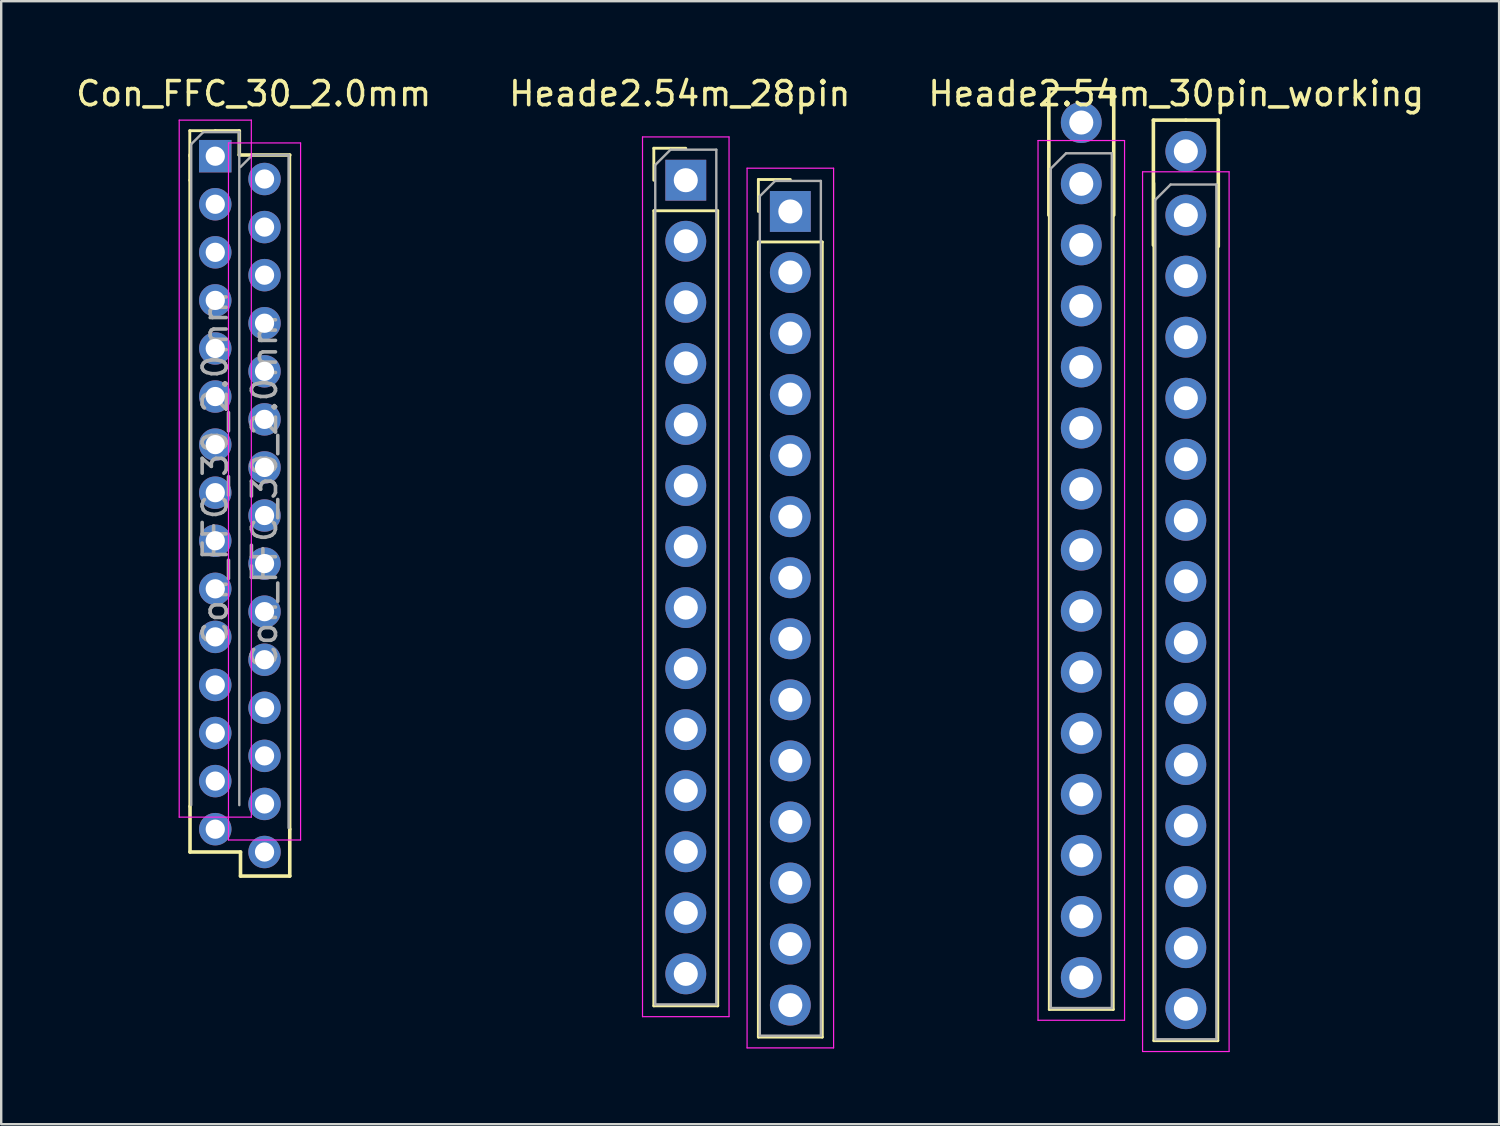
<source format=kicad_pcb>
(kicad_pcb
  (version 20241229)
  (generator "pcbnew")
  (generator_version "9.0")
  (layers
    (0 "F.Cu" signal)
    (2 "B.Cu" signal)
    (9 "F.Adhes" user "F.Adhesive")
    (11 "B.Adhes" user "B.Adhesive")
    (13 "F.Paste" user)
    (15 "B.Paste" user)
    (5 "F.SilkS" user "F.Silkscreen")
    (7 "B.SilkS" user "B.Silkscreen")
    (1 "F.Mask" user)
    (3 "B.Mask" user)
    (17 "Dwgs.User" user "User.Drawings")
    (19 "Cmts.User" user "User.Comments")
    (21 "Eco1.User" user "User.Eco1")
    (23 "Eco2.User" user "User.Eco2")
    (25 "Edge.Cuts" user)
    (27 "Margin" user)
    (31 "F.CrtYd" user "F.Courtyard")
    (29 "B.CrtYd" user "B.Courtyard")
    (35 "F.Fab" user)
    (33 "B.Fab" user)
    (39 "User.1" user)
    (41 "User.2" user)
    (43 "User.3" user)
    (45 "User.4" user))
  (footprint "Con_FFC_30_2.0mm"
    (layer "F.Cu")
    (at 5.906 3.448)
    (property "Reference" "Con_FFC_30_2.0mm" (at 1.6 -2.6 0) (layer "F.SilkS") (effects (font (size 1 1) (thickness 0.15))))
    (attr through_hole)
    (fp_line (start -1.06 -1.06) (end 0 -1.06) (stroke (width 0.12) (type solid)) (layer "F.SilkS"))
    (fp_line (start -1.06 0) (end -1.06 -1.06) (stroke (width 0.12) (type solid)) (layer "F.SilkS"))
    (fp_line (start -1.06 1) (end -1.06 27.06) (stroke (width 0.12) (type solid)) (layer "F.SilkS"))
    (fp_line (start -1.05 -0.05) (end -1.05 1) (stroke (width 0.15) (type solid)) (layer "F.SilkS"))
    (fp_line (start -1.05 27.05) (end -1.05 28.95) (stroke (width 0.15) (type solid)) (layer "F.SilkS"))
    (fp_line (start -1.05 28.95) (end 1.05 28.95) (stroke (width 0.15) (type solid)) (layer "F.SilkS"))
    (fp_line (start 1 -1.05) (end 0 -1.05) (stroke (width 0.15) (type solid)) (layer "F.SilkS"))
    (fp_line (start 1 -0.05) (end 1 -1.05) (stroke (width 0.15) (type solid)) (layer "F.SilkS"))
    (fp_line (start 1.05 28.95) (end 1.05 29.95) (stroke (width 0.15) (type solid)) (layer "F.SilkS"))
    (fp_line (start 1.05 29.95) (end 3.1 29.95) (stroke (width 0.15) (type solid)) (layer "F.SilkS"))
    (fp_line (start 3.1 -0.05) (end 1 -0.05) (stroke (width 0.15) (type solid)) (layer "F.SilkS"))
    (fp_line (start 3.1 -0.05) (end 3.11 28.01) (stroke (width 0.12) (type solid)) (layer "F.SilkS"))
    (fp_line (start 3.1 29.95) (end 3.1 28) (stroke (width 0.15) (type solid)) (layer "F.SilkS"))
    (fp_line (start -1.5 -1.5) (end -1.5 27.5) (stroke (width 0.05) (type solid)) (layer "F.CrtYd"))
    (fp_line (start -1.5 27.5) (end 1.5 27.5) (stroke (width 0.05) (type solid)) (layer "F.CrtYd"))
    (fp_line (start 0.55 -0.55) (end 0.55 28.45) (stroke (width 0.05) (type solid)) (layer "F.CrtYd"))
    (fp_line (start 0.55 28.45) (end 3.55 28.45) (stroke (width 0.05) (type solid)) (layer "F.CrtYd"))
    (fp_line (start 1.5 -1.5) (end -1.5 -1.5) (stroke (width 0.05) (type solid)) (layer "F.CrtYd"))
    (fp_line (start 1.5 27.5) (end 1.5 -1.5) (stroke (width 0.05) (type solid)) (layer "F.CrtYd"))
    (fp_line (start 3.55 -0.55) (end 0.55 -0.55) (stroke (width 0.05) (type solid)) (layer "F.CrtYd"))
    (fp_line (start 3.55 28.45) (end 3.55 -0.55) (stroke (width 0.05) (type solid)) (layer "F.CrtYd"))
    (fp_line (start -1 -0.5) (end -0.5 -1) (stroke (width 0.1) (type solid)) (layer "F.Fab"))
    (fp_line (start -1 27) (end -1 -0.5) (stroke (width 0.1) (type solid)) (layer "F.Fab"))
    (fp_line (start -0.5 -1) (end 1 -1) (stroke (width 0.1) (type solid)) (layer "F.Fab"))
    (fp_line (start 1 -1) (end 1 27) (stroke (width 0.1) (type solid)) (layer "F.Fab"))
    (fp_line (start 1.05 0.45) (end 1.55 -0.05) (stroke (width 0.1) (type solid)) (layer "F.Fab"))
    (fp_line (start 1.55 -0.05) (end 3.05 -0.05) (stroke (width 0.1) (type solid)) (layer "F.Fab"))
    (fp_line (start 3.05 -0.05) (end 3.05 27.95) (stroke (width 0.1) (type solid)) (layer "F.Fab"))
    (fp_text user "${REFERENCE}" (at 0 13 90) (layer "F.Fab") (effects (font (size 1 1) (thickness 0.15))))
    (fp_text user "${REFERENCE}" (at 2.05 13.95 90) (layer "F.Fab") (effects (font (size 1 1) (thickness 0.15))))
    (pad "1" thru_hole rect (at 0 0) (size 1.35 1.35) (drill 0.8) (layers "*.Cu" "*.Mask"))
    (pad "2" thru_hole circle (at 2.05 0.95) (size 1.35 1.35) (drill 0.8) (layers "*.Cu" "*.Mask"))
    (pad "3" thru_hole oval (at 0 2) (size 1.35 1.35) (drill 0.8) (layers "*.Cu" "*.Mask"))
    (pad "4" thru_hole oval (at 2.05 2.95) (size 1.35 1.35) (drill 0.8) (layers "*.Cu" "*.Mask"))
    (pad "5" thru_hole oval (at 0 4) (size 1.35 1.35) (drill 0.8) (layers "*.Cu" "*.Mask"))
    (pad "6" thru_hole oval (at 2.05 4.95) (size 1.35 1.35) (drill 0.8) (layers "*.Cu" "*.Mask"))
    (pad "7" thru_hole oval (at 0 6) (size 1.35 1.35) (drill 0.8) (layers "*.Cu" "*.Mask"))
    (pad "8" thru_hole oval (at 2.05 6.95) (size 1.35 1.35) (drill 0.8) (layers "*.Cu" "*.Mask"))
    (pad "9" thru_hole oval (at 0 8) (size 1.35 1.35) (drill 0.8) (layers "*.Cu" "*.Mask"))
    (pad "10" thru_hole oval (at 2.05 8.95) (size 1.35 1.35) (drill 0.8) (layers "*.Cu" "*.Mask"))
    (pad "11" thru_hole oval (at 0 10) (size 1.35 1.35) (drill 0.8) (layers "*.Cu" "*.Mask"))
    (pad "12" thru_hole oval (at 2.05 10.95) (size 1.35 1.35) (drill 0.8) (layers "*.Cu" "*.Mask"))
    (pad "13" thru_hole oval (at 0 12) (size 1.35 1.35) (drill 0.8) (layers "*.Cu" "*.Mask"))
    (pad "14" thru_hole oval (at 2.05 12.95) (size 1.35 1.35) (drill 0.8) (layers "*.Cu" "*.Mask"))
    (pad "15" thru_hole oval (at 0 14) (size 1.35 1.35) (drill 0.8) (layers "*.Cu" "*.Mask"))
    (pad "16" thru_hole oval (at 2.05 14.95) (size 1.35 1.35) (drill 0.8) (layers "*.Cu" "*.Mask"))
    (pad "17" thru_hole oval (at 0 16) (size 1.35 1.35) (drill 0.8) (layers "*.Cu" "*.Mask"))
    (pad "18" thru_hole oval (at 2.05 16.95) (size 1.35 1.35) (drill 0.8) (layers "*.Cu" "*.Mask"))
    (pad "19" thru_hole oval (at 0 18) (size 1.35 1.35) (drill 0.8) (layers "*.Cu" "*.Mask"))
    (pad "20" thru_hole oval (at 2.05 18.95) (size 1.35 1.35) (drill 0.8) (layers "*.Cu" "*.Mask"))
    (pad "21" thru_hole oval (at 0 20) (size 1.35 1.35) (drill 0.8) (layers "*.Cu" "*.Mask"))
    (pad "22" thru_hole oval (at 2.05 20.95) (size 1.35 1.35) (drill 0.8) (layers "*.Cu" "*.Mask"))
    (pad "23" thru_hole oval (at 0 22) (size 1.35 1.35) (drill 0.8) (layers "*.Cu" "*.Mask"))
    (pad "24" thru_hole oval (at 2.05 22.95) (size 1.35 1.35) (drill 0.8) (layers "*.Cu" "*.Mask"))
    (pad "25" thru_hole oval (at 0 24) (size 1.35 1.35) (drill 0.8) (layers "*.Cu" "*.Mask"))
    (pad "26" thru_hole oval (at 2.05 24.95) (size 1.35 1.35) (drill 0.8) (layers "*.Cu" "*.Mask"))
    (pad "27" thru_hole oval (at 0 26) (size 1.35 1.35) (drill 0.8) (layers "*.Cu" "*.Mask"))
    (pad "28" thru_hole oval (at 2.05 26.95) (size 1.35 1.35) (drill 0.8) (layers "*.Cu" "*.Mask"))
    (pad "29" thru_hole oval (at 0 28) (size 1.35 1.35) (drill 0.8) (layers "*.Cu" "*.Mask"))
    (pad "30" thru_hole oval (at 2.05 28.95) (size 1.35 1.35) (drill 0.8) (layers "*.Cu" "*.Mask")))
  (footprint "Heade2.54m_28pin"
    (layer "F.Cu")
    (at 25.482 4.448)
    (property "Reference" "Heade2.54m_28pin" (at -0.25 -3.6 0) (layer "F.SilkS") (effects (font (size 1 1) (thickness 0.15))))
    (attr through_hole)
    (fp_line (start -1.33 -1.33) (end 0 -1.33) (stroke (width 0.12) (type solid)) (layer "F.SilkS"))
    (fp_line (start -1.33 0) (end -1.33 -1.33) (stroke (width 0.12) (type solid)) (layer "F.SilkS"))
    (fp_line (start -1.33 1.27) (end -1.33 34.35) (stroke (width 0.12) (type solid)) (layer "F.SilkS"))
    (fp_line (start -1.33 1.27) (end 1.33 1.27) (stroke (width 0.12) (type solid)) (layer "F.SilkS"))
    (fp_line (start -1.33 34.35) (end 1.33 34.35) (stroke (width 0.12) (type solid)) (layer "F.SilkS"))
    (fp_line (start 1.33 1.27) (end 1.33 34.35) (stroke (width 0.12) (type solid)) (layer "F.SilkS"))
    (fp_line (start 3.02 -0.03) (end 4.35 -0.03) (stroke (width 0.12) (type solid)) (layer "F.SilkS"))
    (fp_line (start 3.02 1.3) (end 3.02 -0.03) (stroke (width 0.12) (type solid)) (layer "F.SilkS"))
    (fp_line (start 3.02 2.57) (end 3.02 35.65) (stroke (width 0.12) (type solid)) (layer "F.SilkS"))
    (fp_line (start 3.02 2.57) (end 5.68 2.57) (stroke (width 0.12) (type solid)) (layer "F.SilkS"))
    (fp_line (start 3.02 35.65) (end 5.68 35.65) (stroke (width 0.12) (type solid)) (layer "F.SilkS"))
    (fp_line (start 5.68 2.57) (end 5.68 35.65) (stroke (width 0.12) (type solid)) (layer "F.SilkS"))
    (fp_line (start -1.8 -1.8) (end -1.8 34.8) (stroke (width 0.05) (type solid)) (layer "F.CrtYd"))
    (fp_line (start -1.8 34.8) (end 1.8 34.8) (stroke (width 0.05) (type solid)) (layer "F.CrtYd"))
    (fp_line (start 1.8 -1.8) (end -1.8 -1.8) (stroke (width 0.05) (type solid)) (layer "F.CrtYd"))
    (fp_line (start 1.8 34.8) (end 1.8 -1.8) (stroke (width 0.05) (type solid)) (layer "F.CrtYd"))
    (fp_line (start 2.55 -0.5) (end 2.55 36.1) (stroke (width 0.05) (type solid)) (layer "F.CrtYd"))
    (fp_line (start 2.55 36.1) (end 6.15 36.1) (stroke (width 0.05) (type solid)) (layer "F.CrtYd"))
    (fp_line (start 6.15 -0.5) (end 2.55 -0.5) (stroke (width 0.05) (type solid)) (layer "F.CrtYd"))
    (fp_line (start 6.15 36.1) (end 6.15 -0.5) (stroke (width 0.05) (type solid)) (layer "F.CrtYd"))
    (fp_line (start -1.27 -0.635) (end -0.635 -1.27) (stroke (width 0.1) (type solid)) (layer "F.Fab"))
    (fp_line (start -1.27 34.29) (end -1.27 -0.635) (stroke (width 0.1) (type solid)) (layer "F.Fab"))
    (fp_line (start -0.635 -1.27) (end 1.27 -1.27) (stroke (width 0.1) (type solid)) (layer "F.Fab"))
    (fp_line (start 1.27 -1.27) (end 1.27 34.29) (stroke (width 0.1) (type solid)) (layer "F.Fab"))
    (fp_line (start 1.27 34.29) (end -1.27 34.29) (stroke (width 0.1) (type solid)) (layer "F.Fab"))
    (fp_line (start 3.08 0.665) (end 3.715 0.03) (stroke (width 0.1) (type solid)) (layer "F.Fab"))
    (fp_line (start 3.08 35.59) (end 3.08 0.665) (stroke (width 0.1) (type solid)) (layer "F.Fab"))
    (fp_line (start 3.715 0.03) (end 5.62 0.03) (stroke (width 0.1) (type solid)) (layer "F.Fab"))
    (fp_line (start 5.62 0.03) (end 5.62 35.59) (stroke (width 0.1) (type solid)) (layer "F.Fab"))
    (fp_line (start 5.62 35.59) (end 3.08 35.59) (stroke (width 0.1) (type solid)) (layer "F.Fab"))
    (pad "1" thru_hole oval (at 4.35 34.32) (size 1.7 1.7) (drill 1) (layers "*.Cu" "*.Mask"))
    (pad "2" thru_hole oval (at 0 33.02) (size 1.7 1.7) (drill 1) (layers "*.Cu" "*.Mask"))
    (pad "3" thru_hole oval (at 4.35 31.78) (size 1.7 1.7) (drill 1) (layers "*.Cu" "*.Mask"))
    (pad "4" thru_hole oval (at 0 30.48) (size 1.7 1.7) (drill 1) (layers "*.Cu" "*.Mask"))
    (pad "5" thru_hole oval (at 4.35 29.24) (size 1.7 1.7) (drill 1) (layers "*.Cu" "*.Mask"))
    (pad "6" thru_hole oval (at 0 27.94) (size 1.7 1.7) (drill 1) (layers "*.Cu" "*.Mask"))
    (pad "7" thru_hole oval (at 4.35 26.7) (size 1.7 1.7) (drill 1) (layers "*.Cu" "*.Mask"))
    (pad "8" thru_hole oval (at 0 25.4) (size 1.7 1.7) (drill 1) (layers "*.Cu" "*.Mask"))
    (pad "9" thru_hole oval (at 4.35 24.16) (size 1.7 1.7) (drill 1) (layers "*.Cu" "*.Mask"))
    (pad "10" thru_hole oval (at 0 22.86) (size 1.7 1.7) (drill 1) (layers "*.Cu" "*.Mask"))
    (pad "11" thru_hole oval (at 4.35 21.62) (size 1.7 1.7) (drill 1) (layers "*.Cu" "*.Mask"))
    (pad "12" thru_hole oval (at 0 20.32) (size 1.7 1.7) (drill 1) (layers "*.Cu" "*.Mask"))
    (pad "13" thru_hole oval (at 4.35 19.08) (size 1.7 1.7) (drill 1) (layers "*.Cu" "*.Mask"))
    (pad "14" thru_hole oval (at 0 17.78) (size 1.7 1.7) (drill 1) (layers "*.Cu" "*.Mask"))
    (pad "15" thru_hole oval (at 4.35 16.54) (size 1.7 1.7) (drill 1) (layers "*.Cu" "*.Mask"))
    (pad "16" thru_hole oval (at 0 15.24) (size 1.7 1.7) (drill 1) (layers "*.Cu" "*.Mask"))
    (pad "17" thru_hole oval (at 4.35 14) (size 1.7 1.7) (drill 1) (layers "*.Cu" "*.Mask"))
    (pad "18" thru_hole oval (at 0 12.7) (size 1.7 1.7) (drill 1) (layers "*.Cu" "*.Mask"))
    (pad "19" thru_hole oval (at 4.35 11.46) (size 1.7 1.7) (drill 1) (layers "*.Cu" "*.Mask"))
    (pad "20" thru_hole oval (at 0 10.16) (size 1.7 1.7) (drill 1) (layers "*.Cu" "*.Mask"))
    (pad "21" thru_hole oval (at 4.35 8.92) (size 1.7 1.7) (drill 1) (layers "*.Cu" "*.Mask"))
    (pad "22" thru_hole oval (at 0 7.62) (size 1.7 1.7) (drill 1) (layers "*.Cu" "*.Mask"))
    (pad "23" thru_hole oval (at 4.35 6.38) (size 1.7 1.7) (drill 1) (layers "*.Cu" "*.Mask"))
    (pad "24" thru_hole oval (at 0 5.08) (size 1.7 1.7) (drill 1) (layers "*.Cu" "*.Mask"))
    (pad "25" thru_hole oval (at 4.35 3.84) (size 1.7 1.7) (drill 1) (layers "*.Cu" "*.Mask"))
    (pad "26" thru_hole oval (at 0 2.54) (size 1.7 1.7) (drill 1) (layers "*.Cu" "*.Mask"))
    (pad "27" thru_hole rect (at 4.35 1.3) (size 1.7 1.7) (drill 1) (layers "*.Cu" "*.Mask"))
    (pad "28" thru_hole rect (at 0 0) (size 1.7 1.7) (drill 1) (layers "*.Cu" "*.Mask")))
  (footprint "Heade2.54m_30pin_working"
    (layer "F.Cu")
    (at 41.937 4.598)
    (property "Reference" "Heade2.54m_30pin_working" (at 3.95 -3.75 0) (layer "F.SilkS") (effects (font (size 1 1) (thickness 0.15))))
    (attr through_hole)
    (fp_line (start -1.35 -3.95) (end 1.35 -3.95) (stroke (width 0.15) (type solid)) (layer "F.SilkS"))
    (fp_line (start -1.35 1.3) (end -1.35 -3.95) (stroke (width 0.15) (type solid)) (layer "F.SilkS"))
    (fp_line (start -1.33 1.27) (end -1.33 34.35) (stroke (width 0.12) (type solid)) (layer "F.SilkS"))
    (fp_line (start -1.33 34.35) (end 1.33 34.35) (stroke (width 0.12) (type solid)) (layer "F.SilkS"))
    (fp_line (start 1.33 1.27) (end 1.33 34.35) (stroke (width 0.12) (type solid)) (layer "F.SilkS"))
    (fp_line (start 1.35 1.3) (end 1.35 -3.95) (stroke (width 0.15) (type solid)) (layer "F.SilkS"))
    (fp_line (start 3 -2.65) (end 3 2.55) (stroke (width 0.15) (type solid)) (layer "F.SilkS"))
    (fp_line (start 3.02 1.3) (end 3.02 -0.03) (stroke (width 0.12) (type solid)) (layer "F.SilkS"))
    (fp_line (start 3.02 2.57) (end 3.02 35.65) (stroke (width 0.12) (type solid)) (layer "F.SilkS"))
    (fp_line (start 3.02 35.65) (end 5.68 35.65) (stroke (width 0.12) (type solid)) (layer "F.SilkS"))
    (fp_line (start 4.35 -2.65) (end 3 -2.65) (stroke (width 0.15) (type solid)) (layer "F.SilkS"))
    (fp_line (start 5.68 2.57) (end 5.68 35.65) (stroke (width 0.12) (type solid)) (layer "F.SilkS"))
    (fp_line (start 5.7 -2.65) (end 4.35 -2.65) (stroke (width 0.15) (type solid)) (layer "F.SilkS"))
    (fp_line (start 5.7 2.6) (end 5.7 -2.65) (stroke (width 0.15) (type solid)) (layer "F.SilkS"))
    (fp_line (start -1.8 -1.8) (end -1.8 34.8) (stroke (width 0.05) (type solid)) (layer "F.CrtYd"))
    (fp_line (start -1.8 34.8) (end 1.8 34.8) (stroke (width 0.05) (type solid)) (layer "F.CrtYd"))
    (fp_line (start 1.8 -1.8) (end -1.8 -1.8) (stroke (width 0.05) (type solid)) (layer "F.CrtYd"))
    (fp_line (start 1.8 34.8) (end 1.8 -1.8) (stroke (width 0.05) (type solid)) (layer "F.CrtYd"))
    (fp_line (start 2.55 -0.5) (end 2.55 36.1) (stroke (width 0.05) (type solid)) (layer "F.CrtYd"))
    (fp_line (start 2.55 36.1) (end 6.15 36.1) (stroke (width 0.05) (type solid)) (layer "F.CrtYd"))
    (fp_line (start 6.15 -0.5) (end 2.55 -0.5) (stroke (width 0.05) (type solid)) (layer "F.CrtYd"))
    (fp_line (start 6.15 36.1) (end 6.15 -0.5) (stroke (width 0.05) (type solid)) (layer "F.CrtYd"))
    (fp_line (start -1.27 -0.635) (end -0.635 -1.27) (stroke (width 0.1) (type solid)) (layer "F.Fab"))
    (fp_line (start -1.27 34.29) (end -1.27 -0.635) (stroke (width 0.1) (type solid)) (layer "F.Fab"))
    (fp_line (start -0.635 -1.27) (end 1.27 -1.27) (stroke (width 0.1) (type solid)) (layer "F.Fab"))
    (fp_line (start 1.27 -1.27) (end 1.27 34.29) (stroke (width 0.1) (type solid)) (layer "F.Fab"))
    (fp_line (start 1.27 34.29) (end -1.27 34.29) (stroke (width 0.1) (type solid)) (layer "F.Fab"))
    (fp_line (start 3.08 0.665) (end 3.715 0.03) (stroke (width 0.1) (type solid)) (layer "F.Fab"))
    (fp_line (start 3.08 35.59) (end 3.08 0.665) (stroke (width 0.1) (type solid)) (layer "F.Fab"))
    (fp_line (start 3.715 0.03) (end 5.62 0.03) (stroke (width 0.1) (type solid)) (layer "F.Fab"))
    (fp_line (start 5.62 0.03) (end 5.62 35.59) (stroke (width 0.1) (type solid)) (layer "F.Fab"))
    (fp_line (start 5.62 35.59) (end 3.08 35.59) (stroke (width 0.1) (type solid)) (layer "F.Fab"))
    (pad "1" thru_hole oval (at 4.35 34.32) (size 1.7 1.7) (drill 1) (layers "*.Cu" "*.Mask"))
    (pad "2" thru_hole oval (at 0 33.02) (size 1.7 1.7) (drill 1) (layers "*.Cu" "*.Mask"))
    (pad "3" thru_hole oval (at 4.35 31.78) (size 1.7 1.7) (drill 1) (layers "*.Cu" "*.Mask"))
    (pad "4" thru_hole oval (at 0 30.48) (size 1.7 1.7) (drill 1) (layers "*.Cu" "*.Mask"))
    (pad "5" thru_hole oval (at 4.35 29.24) (size 1.7 1.7) (drill 1) (layers "*.Cu" "*.Mask"))
    (pad "6" thru_hole oval (at 0 27.94) (size 1.7 1.7) (drill 1) (layers "*.Cu" "*.Mask"))
    (pad "7" thru_hole oval (at 4.35 26.7) (size 1.7 1.7) (drill 1) (layers "*.Cu" "*.Mask"))
    (pad "8" thru_hole oval (at 0 25.4) (size 1.7 1.7) (drill 1) (layers "*.Cu" "*.Mask"))
    (pad "9" thru_hole oval (at 4.35 24.16) (size 1.7 1.7) (drill 1) (layers "*.Cu" "*.Mask"))
    (pad "10" thru_hole oval (at 0 22.86) (size 1.7 1.7) (drill 1) (layers "*.Cu" "*.Mask"))
    (pad "11" thru_hole oval (at 4.35 21.62) (size 1.7 1.7) (drill 1) (layers "*.Cu" "*.Mask"))
    (pad "12" thru_hole oval (at 0 20.32) (size 1.7 1.7) (drill 1) (layers "*.Cu" "*.Mask"))
    (pad "13" thru_hole oval (at 4.35 19.08) (size 1.7 1.7) (drill 1) (layers "*.Cu" "*.Mask"))
    (pad "14" thru_hole oval (at 0 17.78) (size 1.7 1.7) (drill 1) (layers "*.Cu" "*.Mask"))
    (pad "15" thru_hole oval (at 4.35 16.54) (size 1.7 1.7) (drill 1) (layers "*.Cu" "*.Mask"))
    (pad "16" thru_hole oval (at 0 15.24) (size 1.7 1.7) (drill 1) (layers "*.Cu" "*.Mask"))
    (pad "17" thru_hole oval (at 4.35 14) (size 1.7 1.7) (drill 1) (layers "*.Cu" "*.Mask"))
    (pad "18" thru_hole oval (at 0 12.7) (size 1.7 1.7) (drill 1) (layers "*.Cu" "*.Mask"))
    (pad "19" thru_hole oval (at 4.35 11.46) (size 1.7 1.7) (drill 1) (layers "*.Cu" "*.Mask"))
    (pad "20" thru_hole oval (at 0 10.16) (size 1.7 1.7) (drill 1) (layers "*.Cu" "*.Mask"))
    (pad "21" thru_hole oval (at 4.35 8.92) (size 1.7 1.7) (drill 1) (layers "*.Cu" "*.Mask"))
    (pad "22" thru_hole oval (at 0 7.62) (size 1.7 1.7) (drill 1) (layers "*.Cu" "*.Mask"))
    (pad "23" thru_hole oval (at 4.35 6.38) (size 1.7 1.7) (drill 1) (layers "*.Cu" "*.Mask"))
    (pad "24" thru_hole oval (at 0 5.08) (size 1.7 1.7) (drill 1) (layers "*.Cu" "*.Mask"))
    (pad "25" thru_hole oval (at 4.35 3.84) (size 1.7 1.7) (drill 1) (layers "*.Cu" "*.Mask"))
    (pad "26" thru_hole oval (at 0 2.54) (size 1.7 1.7) (drill 1) (layers "*.Cu" "*.Mask"))
    (pad "27" thru_hole circle (at 4.35 1.3) (size 1.7 1.7) (drill 1) (layers "*.Cu" "*.Mask"))
    (pad "28" thru_hole circle (at 0 0) (size 1.7 1.7) (drill 1) (layers "*.Cu" "*.Mask"))
    (pad "29" thru_hole circle (at 4.35 -1.35) (size 1.7 1.7) (drill 1) (layers "*.Cu" "*.Mask"))
    (pad "30" thru_hole circle (at 0 -2.55) (size 1.7 1.7) (drill 1) (layers "*.Cu" "*.Mask")))
  (gr_rect
    (start -3 -3)
    (end 59.321 43.723)
    (stroke (width 0.1) (type default))
    (fill no)
    (layer "Edge.Cuts")))
</source>
